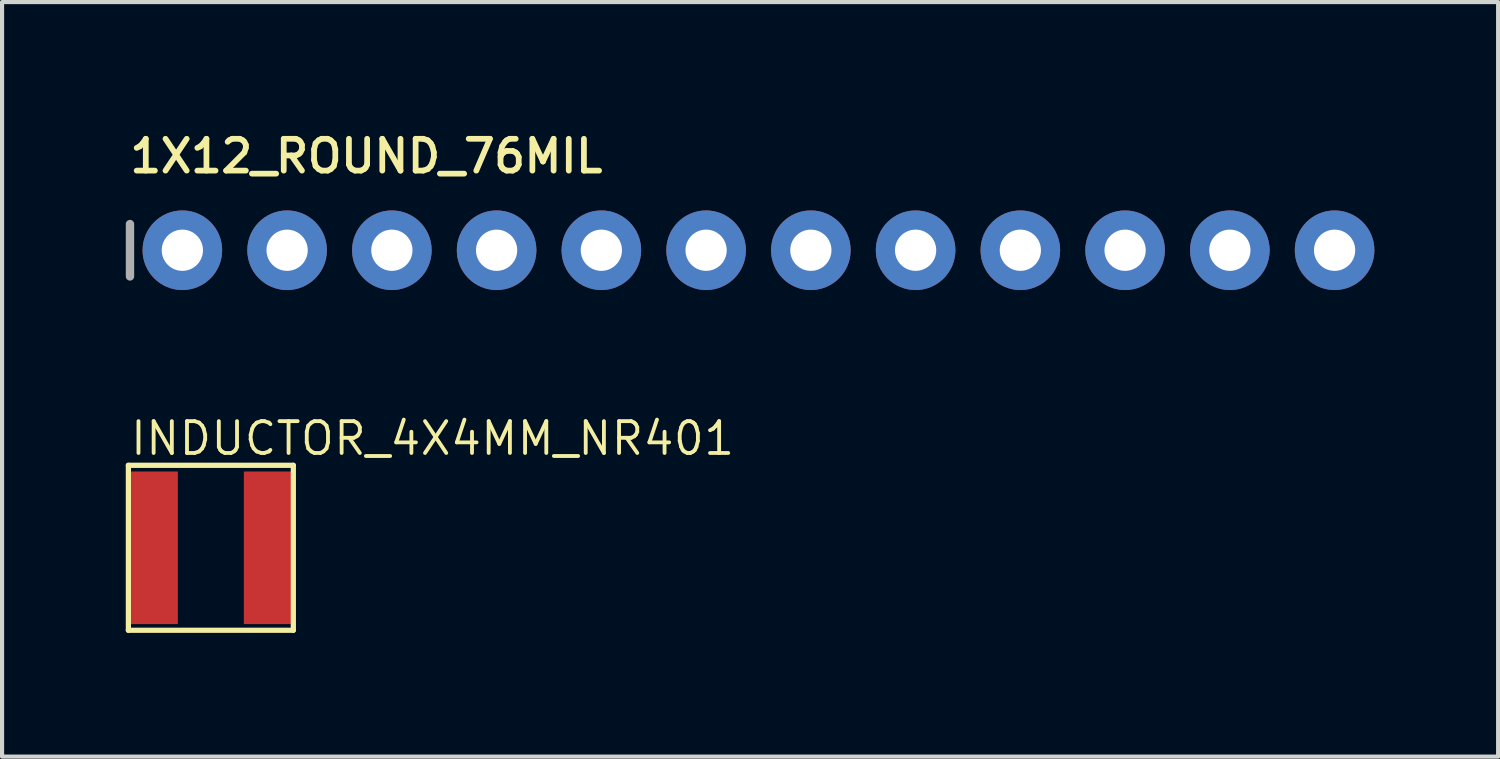
<source format=kicad_pcb>
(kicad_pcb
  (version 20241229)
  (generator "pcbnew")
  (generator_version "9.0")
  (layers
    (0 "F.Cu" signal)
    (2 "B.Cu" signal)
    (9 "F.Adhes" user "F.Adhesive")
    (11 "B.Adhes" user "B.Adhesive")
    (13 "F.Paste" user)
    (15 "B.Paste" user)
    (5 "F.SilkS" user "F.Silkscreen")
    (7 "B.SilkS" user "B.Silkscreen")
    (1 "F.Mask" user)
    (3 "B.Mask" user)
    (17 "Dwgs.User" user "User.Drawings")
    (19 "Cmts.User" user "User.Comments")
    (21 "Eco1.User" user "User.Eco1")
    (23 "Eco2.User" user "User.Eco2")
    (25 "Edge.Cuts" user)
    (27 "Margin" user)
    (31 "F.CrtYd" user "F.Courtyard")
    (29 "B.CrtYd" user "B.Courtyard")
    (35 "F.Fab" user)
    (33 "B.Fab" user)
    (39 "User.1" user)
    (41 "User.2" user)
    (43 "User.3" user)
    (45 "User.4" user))
  (footprint "1X12_ROUND_76MIL"
    (layer "F.Cu")
    (at 15.342 3.018)
    (property "Reference" "1X12_ROUND_76MIL" (at -15.316 -1.829 0) (layer "F.SilkS") (effects (font (size 0.772 0.772) (thickness 0.139)) (justify left bottom)))
    (attr through_hole)
    (fp_line (start -15.24 -0.635) (end -15.24 0.635) (stroke (width 0.203) (type solid)) (layer "F.Fab"))
    (fp_poly (pts (xy -14.224 0.254) (xy -13.716 0.254) (xy -13.716 -0.254) (xy -14.224 -0.254)) (stroke (width 0.1) (type solid)) (fill no) (layer "F.Fab"))
    (fp_poly (pts (xy -11.684 0.254) (xy -11.176 0.254) (xy -11.176 -0.254) (xy -11.684 -0.254)) (stroke (width 0.1) (type solid)) (fill no) (layer "F.Fab"))
    (fp_poly (pts (xy -9.144 0.254) (xy -8.636 0.254) (xy -8.636 -0.254) (xy -9.144 -0.254)) (stroke (width 0.1) (type solid)) (fill no) (layer "F.Fab"))
    (fp_poly (pts (xy -6.604 0.254) (xy -6.096 0.254) (xy -6.096 -0.254) (xy -6.604 -0.254)) (stroke (width 0.1) (type solid)) (fill no) (layer "F.Fab"))
    (fp_poly (pts (xy -4.064 0.254) (xy -3.556 0.254) (xy -3.556 -0.254) (xy -4.064 -0.254)) (stroke (width 0.1) (type solid)) (fill no) (layer "F.Fab"))
    (fp_poly (pts (xy -1.524 0.254) (xy -1.016 0.254) (xy -1.016 -0.254) (xy -1.524 -0.254)) (stroke (width 0.1) (type solid)) (fill no) (layer "F.Fab"))
    (fp_poly (pts (xy 1.016 0.254) (xy 1.524 0.254) (xy 1.524 -0.254) (xy 1.016 -0.254)) (stroke (width 0.1) (type solid)) (fill no) (layer "F.Fab"))
    (fp_poly (pts (xy 3.556 0.254) (xy 4.064 0.254) (xy 4.064 -0.254) (xy 3.556 -0.254)) (stroke (width 0.1) (type solid)) (fill no) (layer "F.Fab"))
    (fp_poly (pts (xy 6.096 0.254) (xy 6.604 0.254) (xy 6.604 -0.254) (xy 6.096 -0.254)) (stroke (width 0.1) (type solid)) (fill no) (layer "F.Fab"))
    (fp_poly (pts (xy 8.636 0.254) (xy 9.144 0.254) (xy 9.144 -0.254) (xy 8.636 -0.254)) (stroke (width 0.1) (type solid)) (fill no) (layer "F.Fab"))
    (fp_poly (pts (xy 11.176 0.254) (xy 11.684 0.254) (xy 11.684 -0.254) (xy 11.176 -0.254)) (stroke (width 0.1) (type solid)) (fill no) (layer "F.Fab"))
    (fp_poly (pts (xy 13.716 0.254) (xy 14.224 0.254) (xy 14.224 -0.254) (xy 13.716 -0.254)) (stroke (width 0.1) (type solid)) (fill no) (layer "F.Fab"))
    (pad "1" thru_hole circle (at -13.97 0 90) (size 1.93 1.93) (drill 1) (layers "*.Cu" "*.Mask"))
    (pad "2" thru_hole circle (at -11.43 0 90) (size 1.93 1.93) (drill 1) (layers "*.Cu" "*.Mask"))
    (pad "3" thru_hole circle (at -8.89 0 90) (size 1.93 1.93) (drill 1) (layers "*.Cu" "*.Mask"))
    (pad "4" thru_hole circle (at -6.35 0 90) (size 1.93 1.93) (drill 1) (layers "*.Cu" "*.Mask"))
    (pad "5" thru_hole circle (at -3.81 0 90) (size 1.93 1.93) (drill 1) (layers "*.Cu" "*.Mask"))
    (pad "6" thru_hole circle (at -1.27 0 90) (size 1.93 1.93) (drill 1) (layers "*.Cu" "*.Mask"))
    (pad "7" thru_hole circle (at 1.27 0 90) (size 1.93 1.93) (drill 1) (layers "*.Cu" "*.Mask"))
    (pad "8" thru_hole circle (at 3.81 0 90) (size 1.93 1.93) (drill 1) (layers "*.Cu" "*.Mask"))
    (pad "9" thru_hole circle (at 6.35 0 90) (size 1.93 1.93) (drill 1) (layers "*.Cu" "*.Mask"))
    (pad "10" thru_hole circle (at 8.89 0 90) (size 1.93 1.93) (drill 1) (layers "*.Cu" "*.Mask"))
    (pad "11" thru_hole circle (at 11.43 0 90) (size 1.93 1.93) (drill 1) (layers "*.Cu" "*.Mask"))
    (pad "12" thru_hole circle (at 13.97 0 90) (size 1.93 1.93) (drill 1) (layers "*.Cu" "*.Mask")))
  (footprint "INDUCTOR_4X4MM_NR401"
    (layer "F.Cu")
    (at 2.063 10.233)
    (property "Reference" "INDUCTOR_4X4MM_NR401" (at -2 -2.2 180) (layer "F.SilkS") (effects (font (size 0.772 0.772) (thickness 0.093)) (justify left bottom)))
    (attr through_hole)
    (fp_line (start -2 -2) (end 2 -2) (stroke (width 0.127) (type solid)) (layer "F.SilkS"))
    (fp_line (start -2 2) (end -2 -2) (stroke (width 0.127) (type solid)) (layer "F.SilkS"))
    (fp_line (start 2 -2) (end 2 2) (stroke (width 0.127) (type solid)) (layer "F.SilkS"))
    (fp_line (start 2 2) (end -2 2) (stroke (width 0.127) (type solid)) (layer "F.SilkS"))
    (pad "P$1" smd rect (at -1.4 0) (size 1.2 3.7) (layers "F.Cu" "F.Mask" "F.Paste"))
    (pad "P$2" smd rect (at 1.4 0) (size 1.2 3.7) (layers "F.Cu" "F.Mask" "F.Paste")))
  (gr_rect
    (start -3 -3)
    (end 33.277 15.297)
    (stroke (width 0.1) (type default))
    (fill no)
    (layer "Edge.Cuts")))
</source>
